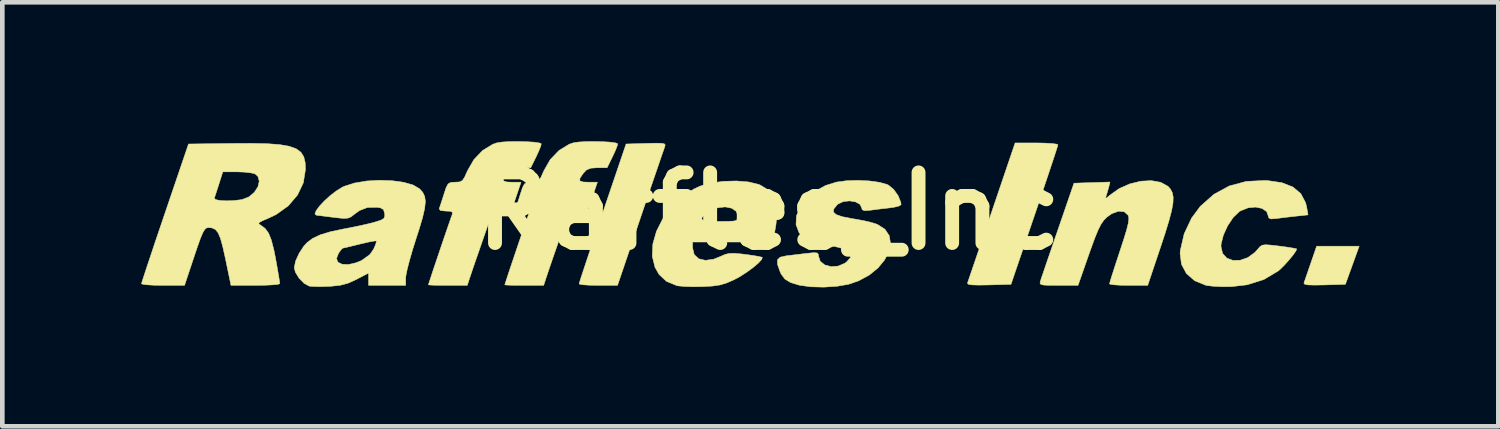
<source format=kicad_pcb>
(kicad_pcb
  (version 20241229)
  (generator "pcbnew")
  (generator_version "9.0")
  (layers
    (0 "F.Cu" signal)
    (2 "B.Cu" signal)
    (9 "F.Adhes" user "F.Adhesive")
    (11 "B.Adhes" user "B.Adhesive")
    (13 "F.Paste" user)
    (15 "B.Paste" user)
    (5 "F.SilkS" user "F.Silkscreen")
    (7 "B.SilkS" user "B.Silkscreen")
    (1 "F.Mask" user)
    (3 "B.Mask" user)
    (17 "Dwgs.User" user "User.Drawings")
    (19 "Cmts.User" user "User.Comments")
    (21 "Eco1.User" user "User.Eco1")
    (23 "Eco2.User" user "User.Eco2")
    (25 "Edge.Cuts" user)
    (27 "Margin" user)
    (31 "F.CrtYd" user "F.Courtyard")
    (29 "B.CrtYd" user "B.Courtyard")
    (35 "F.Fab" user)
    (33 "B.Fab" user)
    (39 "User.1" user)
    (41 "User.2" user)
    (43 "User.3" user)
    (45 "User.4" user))
  (footprint "Raffles_Inc"
    (layer "F.Cu")
    (at 13.552 1.507)
    (property "Reference" "Raffles_Inc" (at 0 0 0) (layer "F.SilkS") (effects (font (size 1.524 1.524) (thickness 0.3))))
    (attr through_hole)
    (fp_poly (pts (xy 12.445 1.582) (xy 11.988 1.595) (xy 11.775 1.598) (xy 11.64 1.594) (xy 11.568 1.58) (xy 11.549 1.557) (xy 11.551 1.55) (xy 11.574 1.484) (xy 11.618 1.356) (xy 11.675 1.191) (xy 11.698 1.125) (xy 11.824 0.758) (xy 12.743 0.758) (xy 12.445 1.582)) (stroke (width 0.01) (type solid)) (fill yes) (layer "F.SilkS"))
    (fp_poly (pts (xy -2.328 -1.464) (xy -2.262 -1.453) (xy -2.241 -1.431) (xy -2.248 -1.394) (xy -2.269 -1.334) (xy -2.316 -1.2) (xy -2.383 -1.003) (xy -2.469 -0.752) (xy -2.57 -0.457) (xy -2.681 -0.13) (xy -2.774 0.145) (xy -3.27 1.604) (xy -3.685 1.604) (xy -3.865 1.601) (xy -4.005 1.592) (xy -4.087 1.579) (xy -4.099 1.571) (xy -4.085 1.522) (xy -4.046 1.399) (xy -3.984 1.211) (xy -3.903 0.968) (xy -3.807 0.68) (xy -3.697 0.356) (xy -3.592 0.045) (xy -3.085 -1.448) (xy -2.651 -1.461) (xy -2.452 -1.466) (xy -2.328 -1.464)) (stroke (width 0.01) (type solid)) (fill yes) (layer "F.SilkS"))
    (fp_poly (pts (xy 5.967 -1.467) (xy 6.12 -1.458) (xy 6.215 -1.444) (xy 6.239 -1.432) (xy 6.225 -1.382) (xy 6.185 -1.257) (xy 6.123 -1.068) (xy 6.042 -0.825) (xy 5.945 -0.536) (xy 5.836 -0.212) (xy 5.732 0.095) (xy 5.225 1.582) (xy 4.746 1.595) (xy 4.528 1.598) (xy 4.386 1.594) (xy 4.309 1.582) (xy 4.286 1.559) (xy 4.287 1.55) (xy 4.306 1.496) (xy 4.35 1.367) (xy 4.416 1.174) (xy 4.5 0.927) (xy 4.599 0.635) (xy 4.71 0.309) (xy 4.811 0.011) (xy 5.314 -1.471) (xy 5.777 -1.471) (xy 5.967 -1.467)) (stroke (width 0.01) (type solid)) (fill yes) (layer "F.SilkS"))
    (fp_poly (pts (xy 8.458 -0.621) (xy 8.614 -0.535) (xy 8.667 -0.477) (xy 8.708 -0.398) (xy 8.727 -0.301) (xy 8.723 -0.175) (xy 8.693 -0.008) (xy 8.635 0.211) (xy 8.549 0.492) (xy 8.457 0.769) (xy 8.177 1.604) (xy 7.765 1.604) (xy 7.586 1.601) (xy 7.446 1.592) (xy 7.365 1.579) (xy 7.353 1.571) (xy 7.366 1.519) (xy 7.403 1.398) (xy 7.459 1.223) (xy 7.529 1.008) (xy 7.578 0.86) (xy 7.665 0.594) (xy 7.724 0.399) (xy 7.758 0.261) (xy 7.77 0.169) (xy 7.762 0.109) (xy 7.755 0.092) (xy 7.67 0.014) (xy 7.545 0.003) (xy 7.399 0.057) (xy 7.293 0.133) (xy 7.228 0.199) (xy 7.169 0.285) (xy 7.108 0.405) (xy 7.038 0.574) (xy 6.953 0.806) (xy 6.907 0.935) (xy 6.673 1.604) (xy 6.252 1.604) (xy 6.057 1.603) (xy 5.936 1.598) (xy 5.873 1.585) (xy 5.852 1.56) (xy 5.859 1.518) (xy 5.863 1.504) (xy 5.886 1.434) (xy 5.934 1.294) (xy 6.001 1.095) (xy 6.085 0.852) (xy 6.179 0.577) (xy 6.24 0.401) (xy 6.585 -0.602) (xy 6.974 -0.615) (xy 7.363 -0.627) (xy 7.336 -0.518) (xy 7.302 -0.398) (xy 7.279 -0.327) (xy 7.267 -0.279) (xy 7.295 -0.288) (xy 7.357 -0.341) (xy 7.56 -0.485) (xy 7.79 -0.587) (xy 8.028 -0.645) (xy 8.257 -0.657) (xy 8.458 -0.621)) (stroke (width 0.01) (type solid)) (fill yes) (layer "F.SilkS"))
    (fp_poly (pts (xy 10.759 -0.659) (xy 11.073 -0.613) (xy 11.313 -0.519) (xy 11.483 -0.376) (xy 11.586 -0.18) (xy 11.61 -0.082) (xy 11.639 0.082) (xy 11.379 0.11) (xy 11.201 0.13) (xy 11.03 0.151) (xy 10.951 0.162) (xy 10.838 0.17) (xy 10.79 0.147) (xy 10.784 0.119) (xy 10.746 0.012) (xy 10.646 -0.057) (xy 10.506 -0.086) (xy 10.345 -0.07) (xy 10.185 -0.007) (xy 10.155 0.011) (xy 10.024 0.136) (xy 9.903 0.317) (xy 9.81 0.52) (xy 9.762 0.712) (xy 9.759 0.763) (xy 9.793 0.914) (xy 9.885 1.015) (xy 10.018 1.065) (xy 10.175 1.061) (xy 10.339 1.004) (xy 10.493 0.891) (xy 10.554 0.823) (xy 10.601 0.768) (xy 10.649 0.737) (xy 10.72 0.727) (xy 10.836 0.735) (xy 11.01 0.755) (xy 11.181 0.778) (xy 11.313 0.799) (xy 11.386 0.814) (xy 11.393 0.817) (xy 11.378 0.859) (xy 11.319 0.945) (xy 11.23 1.053) (xy 11.131 1.164) (xy 11.037 1.257) (xy 10.998 1.291) (xy 10.685 1.478) (xy 10.322 1.592) (xy 9.987 1.631) (xy 9.786 1.633) (xy 9.597 1.624) (xy 9.455 1.607) (xy 9.431 1.602) (xy 9.191 1.504) (xy 9.013 1.349) (xy 8.906 1.149) (xy 8.876 0.911) (xy 8.881 0.85) (xy 8.965 0.489) (xy 9.124 0.152) (xy 9.312 -0.102) (xy 9.606 -0.362) (xy 9.937 -0.542) (xy 10.306 -0.641) (xy 10.716 -0.661) (xy 10.759 -0.659)) (stroke (width 0.01) (type solid)) (fill yes) (layer "F.SilkS"))
    (fp_poly (pts (xy -5.237 -1.498) (xy -5.075 -1.488) (xy -4.959 -1.471) (xy -4.916 -1.455) (xy -4.925 -1.409) (xy -4.965 -1.307) (xy -5.02 -1.186) (xy -5.143 -0.936) (xy -5.353 -0.936) (xy -5.497 -0.926) (xy -5.588 -0.888) (xy -5.656 -0.818) (xy -5.729 -0.712) (xy -5.733 -0.653) (xy -5.66 -0.628) (xy -5.551 -0.624) (xy -5.353 -0.624) (xy -5.454 -0.323) (xy -5.556 -0.022) (xy -5.759 -0.009) (xy -5.963 0.005) (xy -6.184 0.637) (xy -6.266 0.875) (xy -6.343 1.095) (xy -6.406 1.28) (xy -6.449 1.408) (xy -6.459 1.437) (xy -6.513 1.604) (xy -6.933 1.604) (xy -7.114 1.603) (xy -7.256 1.6) (xy -7.339 1.595) (xy -7.353 1.592) (xy -7.339 1.546) (xy -7.302 1.433) (xy -7.248 1.269) (xy -7.181 1.071) (xy -7.108 0.854) (xy -7.034 0.635) (xy -6.964 0.432) (xy -6.905 0.26) (xy -6.862 0.136) (xy -6.84 0.078) (xy -6.833 0.027) (xy -6.879 0.004) (xy -6.974 0) (xy -7.088 -0.011) (xy -7.121 -0.046) (xy -7.118 -0.056) (xy -7.094 -0.126) (xy -7.053 -0.251) (xy -7.016 -0.368) (xy -6.969 -0.509) (xy -6.928 -0.586) (xy -6.874 -0.617) (xy -6.789 -0.624) (xy -6.773 -0.624) (xy -6.68 -0.629) (xy -6.62 -0.659) (xy -6.57 -0.733) (xy -6.511 -0.867) (xy -6.371 -1.111) (xy -6.182 -1.309) (xy -5.962 -1.443) (xy -5.873 -1.473) (xy -5.764 -1.49) (xy -5.606 -1.5) (xy -5.422 -1.502) (xy -5.237 -1.498)) (stroke (width 0.01) (type solid)) (fill yes) (layer "F.SilkS"))
    (fp_poly (pts (xy -3.589 -1.498) (xy -3.426 -1.488) (xy -3.31 -1.471) (xy -3.267 -1.455) (xy -3.276 -1.409) (xy -3.316 -1.307) (xy -3.372 -1.186) (xy -3.494 -0.936) (xy -3.705 -0.936) (xy -3.848 -0.926) (xy -3.94 -0.888) (xy -4.007 -0.818) (xy -4.08 -0.712) (xy -4.084 -0.653) (xy -4.012 -0.628) (xy -3.902 -0.624) (xy -3.704 -0.624) (xy -3.806 -0.323) (xy -3.907 -0.022) (xy -4.111 -0.009) (xy -4.314 0.005) (xy -4.535 0.637) (xy -4.618 0.875) (xy -4.694 1.095) (xy -4.757 1.28) (xy -4.8 1.408) (xy -4.81 1.437) (xy -4.864 1.604) (xy -5.284 1.604) (xy -5.465 1.603) (xy -5.607 1.6) (xy -5.69 1.595) (xy -5.704 1.592) (xy -5.69 1.546) (xy -5.653 1.433) (xy -5.599 1.269) (xy -5.532 1.071) (xy -5.459 0.854) (xy -5.385 0.635) (xy -5.315 0.432) (xy -5.256 0.26) (xy -5.213 0.136) (xy -5.192 0.078) (xy -5.184 0.027) (xy -5.23 0.004) (xy -5.325 0) (xy -5.439 -0.011) (xy -5.472 -0.046) (xy -5.469 -0.056) (xy -5.445 -0.126) (xy -5.404 -0.251) (xy -5.367 -0.368) (xy -5.32 -0.509) (xy -5.279 -0.586) (xy -5.225 -0.617) (xy -5.14 -0.624) (xy -5.125 -0.624) (xy -5.032 -0.629) (xy -4.971 -0.659) (xy -4.921 -0.733) (xy -4.862 -0.867) (xy -4.723 -1.111) (xy -4.533 -1.309) (xy -4.313 -1.443) (xy -4.225 -1.473) (xy -4.116 -1.49) (xy -3.957 -1.5) (xy -3.774 -1.502) (xy -3.589 -1.498)) (stroke (width 0.01) (type solid)) (fill yes) (layer "F.SilkS"))
    (fp_poly (pts (xy -0.444 -0.629) (xy -0.229 -0.578) (xy -0.187 -0.561) (xy -0.003 -0.448) (xy 0.112 -0.297) (xy 0.166 -0.097) (xy 0.168 0.125) (xy 0.15 0.299) (xy 0.123 0.455) (xy 0.097 0.546) (xy 0.047 0.668) (xy -1.649 0.668) (xy -1.649 0.795) (xy -1.614 0.939) (xy -1.517 1.03) (xy -1.371 1.064) (xy -1.191 1.038) (xy -1.047 0.98) (xy -0.948 0.936) (xy -0.856 0.914) (xy -0.74 0.912) (xy -0.573 0.928) (xy -0.518 0.935) (xy -0.35 0.958) (xy -0.22 0.98) (xy -0.15 0.997) (xy -0.144 1) (xy -0.156 1.044) (xy -0.227 1.121) (xy -0.341 1.218) (xy -0.481 1.32) (xy -0.63 1.416) (xy -0.751 1.481) (xy -0.911 1.551) (xy -1.056 1.595) (xy -1.22 1.619) (xy -1.438 1.631) (xy -1.442 1.631) (xy -1.642 1.634) (xy -1.825 1.628) (xy -1.961 1.615) (xy -1.993 1.608) (xy -2.214 1.517) (xy -2.374 1.367) (xy -2.46 1.215) (xy -2.52 0.975) (xy -2.507 0.71) (xy -2.429 0.436) (xy -2.293 0.167) (xy -2.286 0.157) (xy -1.457 0.157) (xy -1.431 0.195) (xy -1.326 0.215) (xy -1.139 0.223) (xy -1.073 0.223) (xy -0.882 0.222) (xy -0.763 0.216) (xy -0.7 0.201) (xy -0.674 0.171) (xy -0.668 0.123) (xy -0.668 0.113) (xy -0.706 0.006) (xy -0.805 -0.062) (xy -0.945 -0.09) (xy -1.105 -0.072) (xy -1.265 -0.007) (xy -1.293 0.011) (xy -1.41 0.097) (xy -1.457 0.157) (xy -2.286 0.157) (xy -2.108 -0.085) (xy -1.881 -0.304) (xy -1.62 -0.477) (xy -1.482 -0.541) (xy -1.254 -0.605) (xy -0.985 -0.642) (xy -0.705 -0.65) (xy -0.444 -0.629)) (stroke (width 0.01) (type solid)) (fill yes) (layer "F.SilkS"))
    (fp_poly (pts (xy -10.835 -1.455) (xy -10.564 -1.435) (xy -10.358 -1.399) (xy -10.207 -1.345) (xy -10.105 -1.27) (xy -10.043 -1.171) (xy -10.013 -1.044) (xy -10.007 -0.899) (xy -10.053 -0.611) (xy -10.179 -0.346) (xy -10.377 -0.114) (xy -10.637 0.073) (xy -10.805 0.153) (xy -10.942 0.212) (xy -11.008 0.25) (xy -11.013 0.278) (xy -10.969 0.308) (xy -10.968 0.309) (xy -10.877 0.376) (xy -10.804 0.476) (xy -10.744 0.625) (xy -10.689 0.838) (xy -10.647 1.051) (xy -10.612 1.249) (xy -10.584 1.414) (xy -10.566 1.527) (xy -10.561 1.567) (xy -10.603 1.582) (xy -10.716 1.593) (xy -10.884 1.601) (xy -11.088 1.604) (xy -11.615 1.604) (xy -11.733 1.036) (xy -11.791 0.775) (xy -11.842 0.589) (xy -11.894 0.467) (xy -11.954 0.396) (xy -12.028 0.363) (xy -12.103 0.356) (xy -12.145 0.365) (xy -12.183 0.398) (xy -12.224 0.469) (xy -12.275 0.589) (xy -12.34 0.772) (xy -12.41 0.98) (xy -12.618 1.604) (xy -13.082 1.604) (xy -13.274 1.601) (xy -13.427 1.592) (xy -13.523 1.579) (xy -13.547 1.568) (xy -13.533 1.519) (xy -13.493 1.395) (xy -13.431 1.206) (xy -13.35 0.963) (xy -13.254 0.675) (xy -13.144 0.351) (xy -13.039 0.042) (xy -12.93 -0.279) (xy -11.975 -0.279) (xy -11.948 -0.248) (xy -11.855 -0.229) (xy -11.717 -0.221) (xy -11.558 -0.226) (xy -11.399 -0.245) (xy -11.369 -0.251) (xy -11.225 -0.308) (xy -11.11 -0.406) (xy -11.033 -0.525) (xy -11.005 -0.646) (xy -11.034 -0.749) (xy -11.093 -0.801) (xy -11.18 -0.824) (xy -11.325 -0.841) (xy -11.486 -0.847) (xy -11.792 -0.847) (xy -11.873 -0.59) (xy -11.92 -0.444) (xy -11.958 -0.328) (xy -11.975 -0.279) (xy -12.93 -0.279) (xy -12.532 -1.448) (xy -11.603 -1.46) (xy -11.178 -1.462) (xy -10.835 -1.455)) (stroke (width 0.01) (type solid)) (fill yes) (layer "F.SilkS"))
    (fp_poly (pts (xy 2.165 -0.651) (xy 2.384 -0.621) (xy 2.549 -0.575) (xy 2.577 -0.562) (xy 2.693 -0.467) (xy 2.791 -0.329) (xy 2.847 -0.185) (xy 2.852 -0.138) (xy 2.812 -0.111) (xy 2.707 -0.084) (xy 2.596 -0.068) (xy 2.418 -0.048) (xy 2.248 -0.026) (xy 2.172 -0.016) (xy 2.06 -0.008) (xy 2.012 -0.031) (xy 2.005 -0.061) (xy 1.967 -0.144) (xy 1.87 -0.198) (xy 1.74 -0.22) (xy 1.605 -0.205) (xy 1.49 -0.151) (xy 1.471 -0.134) (xy 1.4 -0.047) (xy 1.391 0.021) (xy 1.449 0.075) (xy 1.581 0.121) (xy 1.793 0.163) (xy 1.864 0.174) (xy 2.05 0.208) (xy 2.221 0.249) (xy 2.34 0.287) (xy 2.504 0.392) (xy 2.597 0.532) (xy 2.624 0.696) (xy 2.589 0.874) (xy 2.497 1.054) (xy 2.355 1.227) (xy 2.166 1.381) (xy 1.936 1.506) (xy 1.717 1.581) (xy 1.472 1.623) (xy 1.187 1.642) (xy 0.905 1.635) (xy 0.666 1.602) (xy 0.655 1.6) (xy 0.467 1.543) (xy 0.345 1.469) (xy 0.264 1.362) (xy 0.241 1.312) (xy 0.185 1.153) (xy 0.182 1.053) (xy 0.241 0.996) (xy 0.368 0.967) (xy 0.39 0.964) (xy 0.569 0.943) (xy 0.768 0.919) (xy 0.836 0.911) (xy 0.972 0.898) (xy 1.042 0.905) (xy 1.067 0.936) (xy 1.069 0.969) (xy 1.107 1.085) (xy 1.205 1.163) (xy 1.341 1.199) (xy 1.493 1.188) (xy 1.638 1.126) (xy 1.68 1.094) (xy 1.762 1) (xy 1.768 0.921) (xy 1.694 0.853) (xy 1.537 0.793) (xy 1.377 0.754) (xy 1.109 0.692) (xy 0.915 0.636) (xy 0.782 0.581) (xy 0.694 0.52) (xy 0.65 0.467) (xy 0.584 0.292) (xy 0.594 0.103) (xy 0.671 -0.087) (xy 0.808 -0.268) (xy 0.994 -0.427) (xy 1.22 -0.552) (xy 1.458 -0.626) (xy 1.674 -0.655) (xy 1.919 -0.663) (xy 2.165 -0.651)) (stroke (width 0.01) (type solid)) (fill yes) (layer "F.SilkS"))
    (fp_poly (pts (xy -8.14 -0.656) (xy -7.89 -0.622) (xy -7.685 -0.564) (xy -7.545 -0.482) (xy -7.544 -0.481) (xy -7.474 -0.403) (xy -7.432 -0.314) (xy -7.418 -0.203) (xy -7.434 -0.055) (xy -7.479 0.141) (xy -7.556 0.4) (xy -7.616 0.586) (xy -7.694 0.833) (xy -7.76 1.062) (xy -7.81 1.255) (xy -7.838 1.393) (xy -7.843 1.44) (xy -7.843 1.604) (xy -8.645 1.604) (xy -8.645 1.338) (xy -8.905 1.474) (xy -9.086 1.557) (xy -9.261 1.603) (xy -9.474 1.625) (xy -9.495 1.626) (xy -9.672 1.631) (xy -9.824 1.629) (xy -9.921 1.621) (xy -9.925 1.62) (xy -10.037 1.56) (xy -10.146 1.448) (xy -10.226 1.317) (xy -10.249 1.22) (xy -10.22 1.079) (xy -10.195 1.024) (xy -9.337 1.024) (xy -9.306 1.104) (xy -9.217 1.148) (xy -9.082 1.154) (xy -8.915 1.116) (xy -8.797 1.068) (xy -8.617 0.939) (xy -8.534 0.819) (xy -8.49 0.715) (xy -8.474 0.651) (xy -8.476 0.644) (xy -8.524 0.647) (xy -8.636 0.667) (xy -8.792 0.703) (xy -8.842 0.715) (xy -9.006 0.755) (xy -9.133 0.786) (xy -9.201 0.801) (xy -9.207 0.802) (xy -9.239 0.835) (xy -9.295 0.914) (xy -9.337 1.024) (xy -10.195 1.024) (xy -10.144 0.912) (xy -10.041 0.755) (xy -9.974 0.682) (xy -9.851 0.589) (xy -9.691 0.514) (xy -9.476 0.448) (xy -9.19 0.387) (xy -9.157 0.381) (xy -8.943 0.339) (xy -8.729 0.293) (xy -8.555 0.251) (xy -8.52 0.241) (xy -8.384 0.199) (xy -8.315 0.16) (xy -8.294 0.108) (xy -8.297 0.054) (xy -8.322 -0.032) (xy -8.389 -0.07) (xy -8.462 -0.081) (xy -8.67 -0.077) (xy -8.842 -0.011) (xy -8.948 0.066) (xy -9.021 0.123) (xy -9.088 0.152) (xy -9.177 0.159) (xy -9.315 0.146) (xy -9.408 0.135) (xy -9.572 0.114) (xy -9.7 0.098) (xy -9.767 0.091) (xy -9.77 0.09) (xy -9.803 0.063) (xy -9.778 -0.006) (xy -9.707 -0.103) (xy -9.602 -0.216) (xy -9.477 -0.33) (xy -9.342 -0.434) (xy -9.212 -0.515) (xy -9.17 -0.535) (xy -8.949 -0.605) (xy -8.69 -0.649) (xy -8.414 -0.665) (xy -8.14 -0.656)) (stroke (width 0.01) (type solid)) (fill yes) (layer "F.SilkS")))
  (gr_rect
    (start -3 -3)
    (end 29.299 6.154)
    (stroke (width 0.1) (type default))
    (fill no)
    (layer "Edge.Cuts")))
</source>
